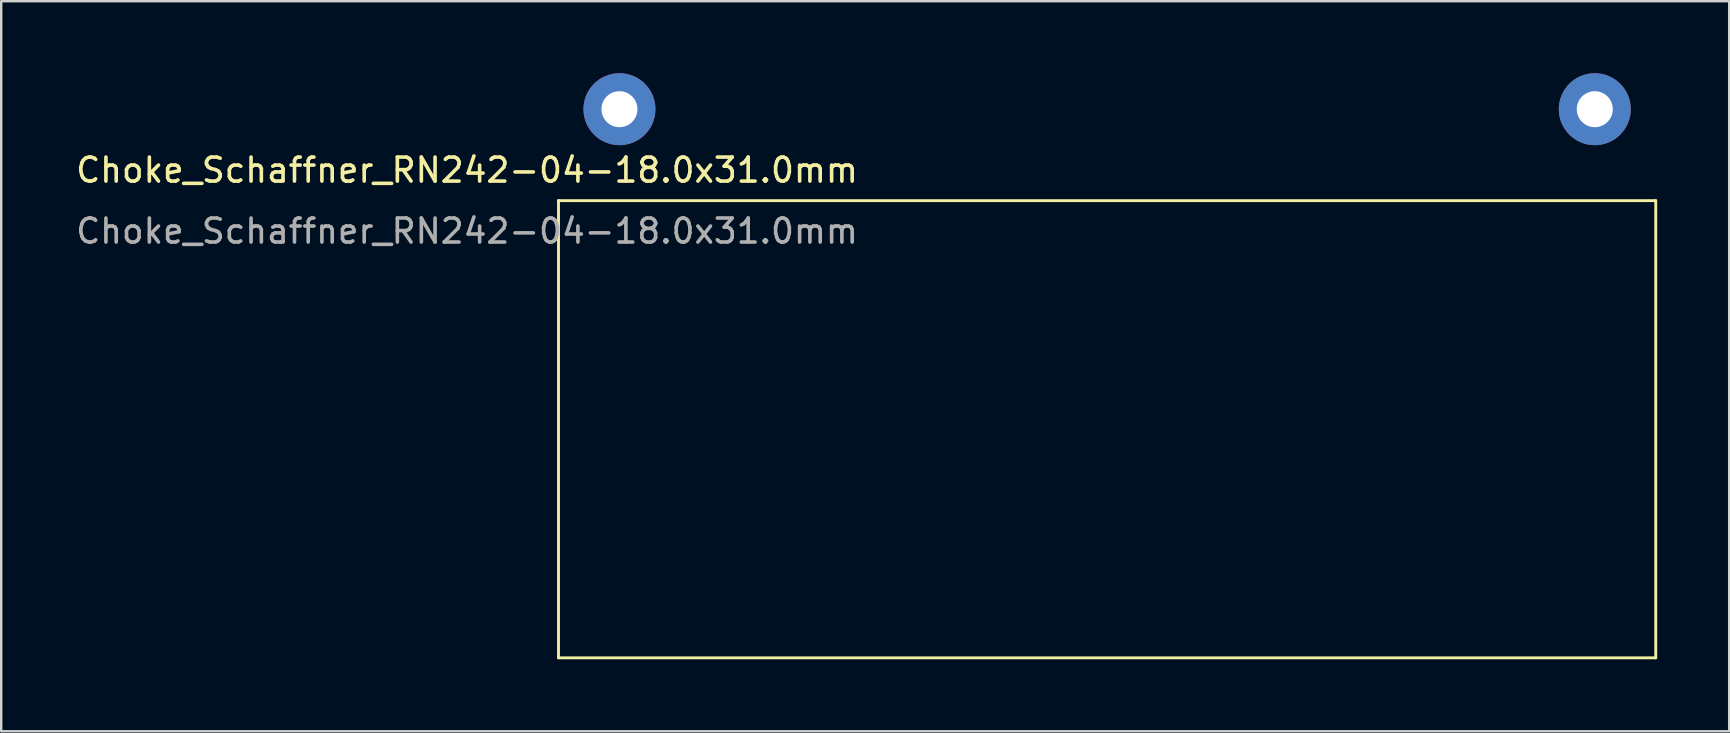
<source format=kicad_pcb>
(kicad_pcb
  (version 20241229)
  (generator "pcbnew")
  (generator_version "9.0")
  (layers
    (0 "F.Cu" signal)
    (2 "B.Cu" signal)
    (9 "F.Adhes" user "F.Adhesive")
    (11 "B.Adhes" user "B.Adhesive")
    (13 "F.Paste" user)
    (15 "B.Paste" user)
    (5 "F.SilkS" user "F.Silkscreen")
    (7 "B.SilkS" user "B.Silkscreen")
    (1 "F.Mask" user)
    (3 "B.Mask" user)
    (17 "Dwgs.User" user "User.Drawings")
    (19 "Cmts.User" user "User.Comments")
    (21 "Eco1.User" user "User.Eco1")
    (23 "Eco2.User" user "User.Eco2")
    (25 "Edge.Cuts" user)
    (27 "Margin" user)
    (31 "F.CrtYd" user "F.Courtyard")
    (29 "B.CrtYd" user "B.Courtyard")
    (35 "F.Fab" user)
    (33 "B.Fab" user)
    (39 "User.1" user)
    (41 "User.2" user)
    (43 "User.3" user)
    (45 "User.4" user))
  (footprint "Choke_Schaffner_RN242-04-18.0x31.0mm"
    (layer "F.Cu")
    (at 22.761 1.5)
    (property "Reference" "Choke_Schaffner_RN242-04-18.0x31.0mm" (at -6.35 2.54 0) (layer "F.SilkS") (effects (font (size 1 1) (thickness 0.15))))
    (attr through_hole)
    (fp_line (start -2.54 3.81) (end 43.18 3.81) (stroke (width 0.12) (type solid)) (layer "F.SilkS"))
    (fp_line (start -2.54 22.86) (end -2.54 3.81) (stroke (width 0.12) (type solid)) (layer "F.SilkS"))
    (fp_line (start 43.18 3.81) (end 43.18 22.86) (stroke (width 0.12) (type solid)) (layer "F.SilkS"))
    (fp_line (start 43.18 22.86) (end -2.54 22.86) (stroke (width 0.12) (type solid)) (layer "F.SilkS"))
    (fp_text user "${REFERENCE}" (at -6.35 5.08 0) (layer "F.Fab") (effects (font (size 1 1) (thickness 0.15))))
    (pad "1" thru_hole circle (at 0 0) (size 3 3) (drill 1.5) (layers "*.Cu" "*.Mask"))
    (pad "2" thru_hole circle (at 40.64 0) (size 3 3) (drill 1.5) (layers "*.Cu" "*.Mask")))
  (gr_rect
    (start -3 -3)
    (end 69.001 27.42)
    (stroke (width 0.1) (type default))
    (fill no)
    (layer "Edge.Cuts")))
</source>
